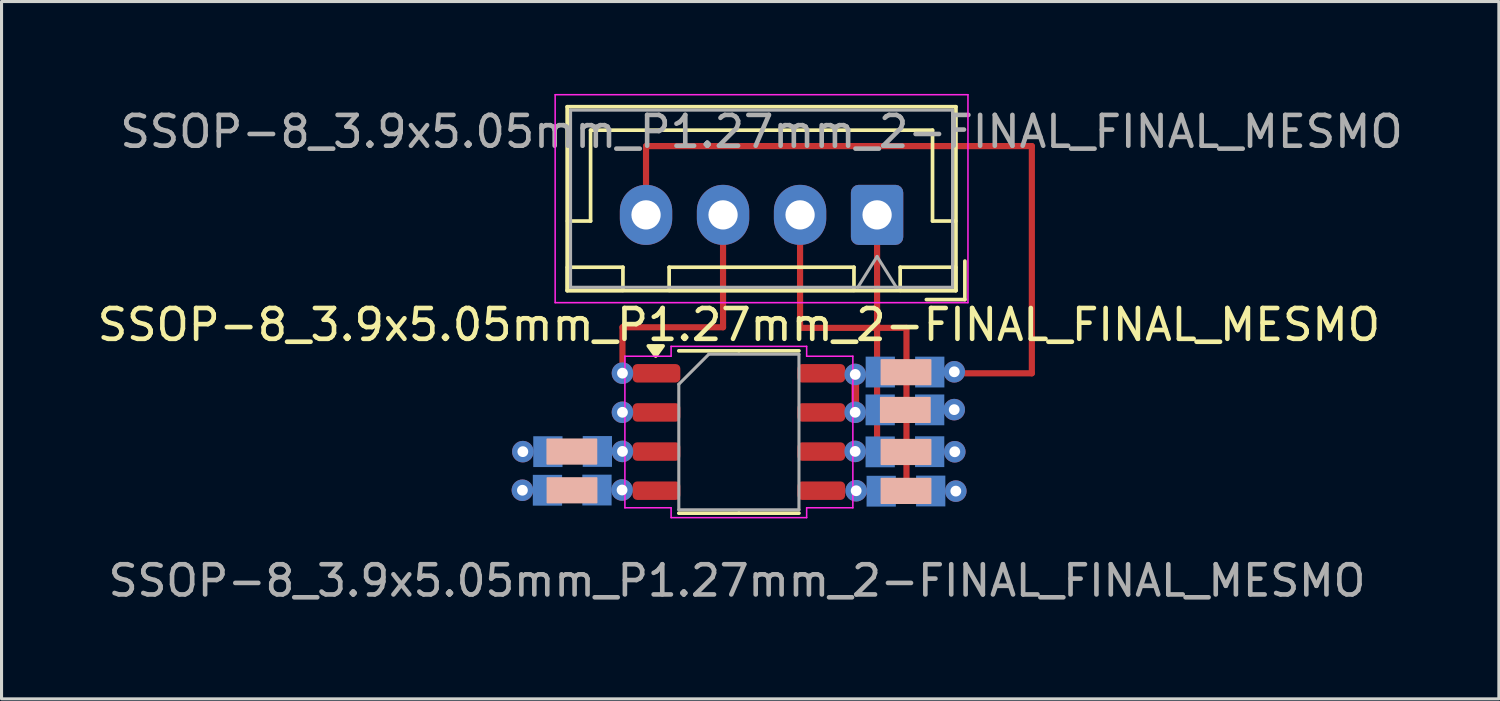
<source format=kicad_pcb>
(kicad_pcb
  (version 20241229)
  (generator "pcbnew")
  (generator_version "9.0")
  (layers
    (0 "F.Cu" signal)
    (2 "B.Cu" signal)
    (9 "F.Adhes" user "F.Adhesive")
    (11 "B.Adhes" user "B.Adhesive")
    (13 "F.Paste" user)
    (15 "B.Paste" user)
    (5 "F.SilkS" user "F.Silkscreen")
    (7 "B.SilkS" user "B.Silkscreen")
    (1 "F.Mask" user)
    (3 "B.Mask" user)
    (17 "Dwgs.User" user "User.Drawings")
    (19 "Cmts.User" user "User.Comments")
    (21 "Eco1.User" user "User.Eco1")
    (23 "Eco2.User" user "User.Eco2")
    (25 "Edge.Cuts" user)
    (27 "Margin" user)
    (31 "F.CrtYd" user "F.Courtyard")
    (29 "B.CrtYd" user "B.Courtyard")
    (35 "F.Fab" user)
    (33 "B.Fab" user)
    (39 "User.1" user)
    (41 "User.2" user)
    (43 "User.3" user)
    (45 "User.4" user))
  (footprint "SSOP-8_3.9x5.05mm_P1.27mm_2-FINAL_FINAL_MESMO"
    (layer "F.Cu")
    (at 20.935 10.973)
    (property "Reference" "SSOP-8_3.9x5.05mm_P1.27mm_2-FINAL_FINAL_MESMO" (at 0 -3.48 0) (layer "F.SilkS") (effects (font (size 1 1) (thickness 0.15))))
    (attr through_hole)
    (fp_line (start -3.779 -3.4) (end -3.779 -2.26) (stroke (width 0.2) (type default)) (layer "F.Cu"))
    (fp_line (start -3.014 -9.28) (end 9.51 -9.28) (stroke (width 0.2) (type default)) (layer "F.Cu"))
    (fp_line (start -3.014 -8.023) (end -3.014 -9.28) (stroke (width 0.2) (type default)) (layer "F.Cu"))
    (fp_line (start -0.514 -6.573) (end -0.514 -3.4) (stroke (width 0.2) (type default)) (layer "F.Cu"))
    (fp_line (start -0.514 -3.4) (end -3.779 -3.4) (stroke (width 0.2) (type default)) (layer "F.Cu"))
    (fp_line (start 1.986 -7.048) (end 1.986 -3.38) (stroke (width 0.2) (type default)) (layer "F.Cu"))
    (fp_line (start 1.986 -3.38) (end 5.44 -3.38) (stroke (width 0.2) (type default)) (layer "F.Cu"))
    (fp_line (start 3.777 -1.693) (end 3.777 -0.815) (stroke (width 0.25) (type solid)) (layer "F.Cu"))
    (fp_line (start 4.486 -7.048) (end 4.486 0.635) (stroke (width 0.2) (type default)) (layer "F.Cu"))
    (fp_line (start 4.486 0.635) (end 4.178 0.635) (stroke (width 0.2) (type default)) (layer "F.Cu"))
    (fp_line (start 5.44 -3.38) (end 5.44 1.93) (stroke (width 0.2) (type default)) (layer "F.Cu"))
    (fp_line (start 5.44 1.93) (end 4.124 1.93) (stroke (width 0.2) (type default)) (layer "F.Cu"))
    (fp_line (start 9.51 -9.28) (end 9.51 -1.905) (stroke (width 0.2) (type default)) (layer "F.Cu"))
    (fp_line (start 9.51 -1.905) (end 7.343 -1.905) (stroke (width 0.2) (type default)) (layer "F.Cu"))
    (fp_line (start -5.574 -10.558) (end -5.574 -4.588) (stroke (width 0.12) (type solid)) (layer "F.SilkS"))
    (fp_line (start -5.574 -4.588) (end 7.046 -4.588) (stroke (width 0.12) (type solid)) (layer "F.SilkS"))
    (fp_line (start -5.564 -6.848) (end -4.814 -6.848) (stroke (width 0.12) (type solid)) (layer "F.SilkS"))
    (fp_line (start -5.564 -5.348) (end -5.564 -4.598) (stroke (width 0.12) (type solid)) (layer "F.SilkS"))
    (fp_line (start -5.564 -4.598) (end -3.764 -4.598) (stroke (width 0.12) (type solid)) (layer "F.SilkS"))
    (fp_line (start -4.814 -9.798) (end 0.736 -9.798) (stroke (width 0.12) (type solid)) (layer "F.SilkS"))
    (fp_line (start -4.814 -6.848) (end -4.814 -9.798) (stroke (width 0.12) (type solid)) (layer "F.SilkS"))
    (fp_line (start -3.764 -5.348) (end -5.564 -5.348) (stroke (width 0.12) (type solid)) (layer "F.SilkS"))
    (fp_line (start -3.764 -4.598) (end -3.764 -5.348) (stroke (width 0.12) (type solid)) (layer "F.SilkS"))
    (fp_line (start -2.264 -5.348) (end -2.264 -4.598) (stroke (width 0.12) (type solid)) (layer "F.SilkS"))
    (fp_line (start -2.264 -4.598) (end 3.736 -4.598) (stroke (width 0.12) (type solid)) (layer "F.SilkS"))
    (fp_line (start 0 -2.635) (end -1.95 -2.635) (stroke (width 0.12) (type solid)) (layer "F.SilkS"))
    (fp_line (start 0 -2.635) (end 1.95 -2.635) (stroke (width 0.12) (type solid)) (layer "F.SilkS"))
    (fp_line (start 0 2.635) (end -1.95 2.635) (stroke (width 0.12) (type solid)) (layer "F.SilkS"))
    (fp_line (start 0 2.635) (end 1.95 2.635) (stroke (width 0.12) (type solid)) (layer "F.SilkS"))
    (fp_line (start 3.736 -5.348) (end -2.264 -5.348) (stroke (width 0.12) (type solid)) (layer "F.SilkS"))
    (fp_line (start 3.736 -4.598) (end 3.736 -5.348) (stroke (width 0.12) (type solid)) (layer "F.SilkS"))
    (fp_line (start 5.236 -5.348) (end 5.236 -4.598) (stroke (width 0.12) (type solid)) (layer "F.SilkS"))
    (fp_line (start 5.236 -4.598) (end 7.036 -4.598) (stroke (width 0.12) (type solid)) (layer "F.SilkS"))
    (fp_line (start 6.086 -4.298) (end 7.336 -4.298) (stroke (width 0.12) (type solid)) (layer "F.SilkS"))
    (fp_line (start 6.286 -9.798) (end 0.736 -9.798) (stroke (width 0.12) (type solid)) (layer "F.SilkS"))
    (fp_line (start 6.286 -6.848) (end 6.286 -9.798) (stroke (width 0.12) (type solid)) (layer "F.SilkS"))
    (fp_line (start 7.036 -6.848) (end 6.286 -6.848) (stroke (width 0.12) (type solid)) (layer "F.SilkS"))
    (fp_line (start 7.036 -5.348) (end 5.236 -5.348) (stroke (width 0.12) (type solid)) (layer "F.SilkS"))
    (fp_line (start 7.036 -4.598) (end 7.036 -5.348) (stroke (width 0.12) (type solid)) (layer "F.SilkS"))
    (fp_line (start 7.046 -10.558) (end -5.574 -10.558) (stroke (width 0.12) (type solid)) (layer "F.SilkS"))
    (fp_line (start 7.046 -4.588) (end 7.046 -10.558) (stroke (width 0.12) (type solid)) (layer "F.SilkS"))
    (fp_line (start 7.336 -4.298) (end 7.336 -5.548) (stroke (width 0.12) (type solid)) (layer "F.SilkS"))
    (fp_poly (pts (xy -2.7 -2.465) (xy -2.94 -2.795) (xy -2.46 -2.795)) (stroke (width 0.12) (type solid)) (fill yes) (layer "F.SilkS"))
    (fp_rect (start -6.222 0.236) (end -4.622 1.036) (stroke (width 0.05) (type solid)) (fill yes) (layer "B.SilkS"))
    (fp_rect (start -6.217 1.492) (end -4.617 2.292) (stroke (width 0.05) (type solid)) (fill yes) (layer "B.SilkS"))
    (fp_rect (start 4.603 -1.116) (end 6.203 -0.316) (stroke (width 0.05) (type solid)) (fill yes) (layer "B.SilkS"))
    (fp_rect (start 4.625 -2.341) (end 6.225 -1.541) (stroke (width 0.05) (type solid)) (fill yes) (layer "B.SilkS"))
    (fp_rect (start 4.625 0.248) (end 6.225 1.048) (stroke (width 0.05) (type solid)) (fill yes) (layer "B.SilkS"))
    (fp_rect (start 4.625 1.512) (end 6.225 2.312) (stroke (width 0.05) (type solid)) (fill yes) (layer "B.SilkS"))
    (fp_line (start -5.964 -10.948) (end -5.964 -4.198) (stroke (width 0.05) (type solid)) (layer "F.CrtYd"))
    (fp_line (start -5.964 -4.198) (end 7.436 -4.198) (stroke (width 0.05) (type solid)) (layer "F.CrtYd"))
    (fp_line (start -3.7 -2.46) (end -2.2 -2.46) (stroke (width 0.05) (type solid)) (layer "F.CrtYd"))
    (fp_line (start -3.7 2.46) (end -3.7 -2.46) (stroke (width 0.05) (type solid)) (layer "F.CrtYd"))
    (fp_line (start -2.2 -2.78) (end 2.2 -2.78) (stroke (width 0.05) (type solid)) (layer "F.CrtYd"))
    (fp_line (start -2.2 -2.46) (end -2.2 -2.78) (stroke (width 0.05) (type solid)) (layer "F.CrtYd"))
    (fp_line (start -2.2 2.46) (end -3.7 2.46) (stroke (width 0.05) (type solid)) (layer "F.CrtYd"))
    (fp_line (start -2.2 2.78) (end -2.2 2.46) (stroke (width 0.05) (type solid)) (layer "F.CrtYd"))
    (fp_line (start 2.2 -2.78) (end 2.2 -2.46) (stroke (width 0.05) (type solid)) (layer "F.CrtYd"))
    (fp_line (start 2.2 -2.46) (end 3.7 -2.46) (stroke (width 0.05) (type solid)) (layer "F.CrtYd"))
    (fp_line (start 2.2 2.46) (end 2.2 2.78) (stroke (width 0.05) (type solid)) (layer "F.CrtYd"))
    (fp_line (start 2.2 2.78) (end -2.2 2.78) (stroke (width 0.05) (type solid)) (layer "F.CrtYd"))
    (fp_line (start 3.7 -2.46) (end 3.7 2.46) (stroke (width 0.05) (type solid)) (layer "F.CrtYd"))
    (fp_line (start 3.7 2.46) (end 2.2 2.46) (stroke (width 0.05) (type solid)) (layer "F.CrtYd"))
    (fp_line (start 7.436 -10.948) (end -5.964 -10.948) (stroke (width 0.05) (type solid)) (layer "F.CrtYd"))
    (fp_line (start 7.436 -4.198) (end 7.436 -10.948) (stroke (width 0.05) (type solid)) (layer "F.CrtYd"))
    (fp_line (start -5.464 -10.448) (end -5.464 -4.698) (stroke (width 0.1) (type solid)) (layer "F.Fab"))
    (fp_line (start -5.464 -4.698) (end 6.936 -4.698) (stroke (width 0.1) (type solid)) (layer "F.Fab"))
    (fp_line (start -1.95 -1.55) (end -0.975 -2.525) (stroke (width 0.1) (type solid)) (layer "F.Fab"))
    (fp_line (start -1.95 2.525) (end -1.95 -1.55) (stroke (width 0.1) (type solid)) (layer "F.Fab"))
    (fp_line (start -0.975 -2.525) (end 1.95 -2.525) (stroke (width 0.1) (type solid)) (layer "F.Fab"))
    (fp_line (start 1.95 -2.525) (end 1.95 2.525) (stroke (width 0.1) (type solid)) (layer "F.Fab"))
    (fp_line (start 1.95 2.525) (end -1.95 2.525) (stroke (width 0.1) (type solid)) (layer "F.Fab"))
    (fp_line (start 4.486 -5.698) (end 3.861 -4.698) (stroke (width 0.1) (type solid)) (layer "F.Fab"))
    (fp_line (start 5.111 -4.698) (end 4.486 -5.698) (stroke (width 0.1) (type solid)) (layer "F.Fab"))
    (fp_line (start 6.936 -10.448) (end -5.464 -10.448) (stroke (width 0.1) (type solid)) (layer "F.Fab"))
    (fp_line (start 6.936 -4.698) (end 6.936 -10.448) (stroke (width 0.1) (type solid)) (layer "F.Fab"))
    (fp_text user "${REFERENCE}" (at 0.736 -9.748 180) (layer "F.Fab") (effects (font (size 1 1) (thickness 0.15))))
    (fp_text user "${REFERENCE}" (at -0.06 4.827 0) (layer "F.Fab") (effects (font (size 0.98 0.98) (thickness 0.15))))
    (pad "1" thru_hole circle (at -3.779 -1.91) (size 0.7 0.7) (drill 0.35) (layers "*.Cu" "*.Mask"))
    (pad "1" smd roundrect (at -2.675 -1.905) (size 1.55 0.6) (layers "F.Cu" "F.Mask" "F.Paste") (roundrect_rratio 0.25))
    (pad "1" thru_hole roundrect (at 4.486 -7.048 180) (size 1.7 1.95) (drill 0.95) (layers "*.Cu" "*.Mask") (roundrect_rratio 0.147))
    (pad "2" thru_hole circle (at -3.779 -0.64) (size 0.7 0.7) (drill 0.35) (layers "*.Cu" "*.Mask"))
    (pad "2" smd roundrect (at -2.675 -0.635) (size 1.55 0.6) (layers "F.Cu" "F.Mask" "F.Paste") (roundrect_rratio 0.25))
    (pad "2" thru_hole oval (at 1.986 -7.048 180) (size 1.7 1.95) (drill 0.95) (layers "*.Cu" "*.Mask"))
    (pad "3" smd rect (at -4.594 0.632) (size 0.95 1) (layers "B.Cu" "B.Mask"))
    (pad "3" thru_hole circle (at -3.779 0.63) (size 0.7 0.7) (drill 0.35) (layers "*.Cu" "*.Mask"))
    (pad "3" smd roundrect (at -2.675 0.635) (size 1.55 0.6) (layers "F.Cu" "F.Mask" "F.Paste") (roundrect_rratio 0.25))
    (pad "3" thru_hole oval (at -0.514 -7.048 180) (size 1.7 1.95) (drill 0.95) (layers "*.Cu" "*.Mask"))
    (pad "4" thru_hole circle (at -3.792 1.883) (size 0.7 0.7) (drill 0.35) (layers "*.Cu" "*.Mask"))
    (pad "4" thru_hole oval (at -3.014 -7.048 180) (size 1.7 1.95) (drill 0.95) (layers "*.Cu" "*.Mask"))
    (pad "4" smd roundrect (at -2.675 1.905) (size 1.55 0.6) (layers "F.Cu" "F.Mask" "F.Paste") (roundrect_rratio 0.25))
    (pad "5" smd roundrect (at 2.675 1.905) (size 1.55 0.6) (layers "F.Cu" "F.Mask" "F.Paste") (roundrect_rratio 0.25))
    (pad "6" smd roundrect (at 2.675 0.635) (size 1.55 0.6) (layers "F.Cu" "F.Mask" "F.Paste") (roundrect_rratio 0.25))
    (pad "6" thru_hole circle (at 3.774 0.63) (size 0.7 0.7) (drill 0.35) (layers "*.Cu" "*.Mask"))
    (pad "6" thru_hole circle (at 3.807 1.907) (size 0.7 0.7) (drill 0.35) (layers "*.Cu" "*.Mask"))
    (pad "6" smd rect (at 4.587 0.645) (size 0.95 1) (layers "B.Cu" "B.Mask"))
    (pad "6" smd rect (at 4.62 1.922) (size 0.95 1) (layers "B.Cu" "B.Mask"))
    (pad "7" smd roundrect (at 2.675 -0.635) (size 1.55 0.6) (layers "F.Cu" "F.Mask" "F.Paste") (roundrect_rratio 0.25))
    (pad "7" thru_hole circle (at 3.774 -0.64) (size 0.7 0.7) (drill 0.35) (layers "*.Cu" "*.Mask"))
    (pad "7" smd rect (at 4.587 -0.718) (size 0.95 1) (layers "B.Cu" "B.Mask"))
    (pad "8" smd roundrect (at 2.675 -1.905) (size 1.55 0.6) (layers "F.Cu" "F.Mask" "F.Paste") (roundrect_rratio 0.25))
    (pad "8" thru_hole circle (at 3.777 -1.868) (size 0.7 0.7) (drill 0.35) (layers "*.Cu" "*.Mask"))
    (pad "8" smd rect (at 4.59 -1.946) (size 0.95 1) (layers "B.Cu" "B.Mask"))
    (pad "9" thru_hole circle (at -7.027 1.891) (size 0.7 0.7) (drill 0.35) (layers "*.Cu" "*.Mask"))
    (pad "9" thru_hole circle (at -7.013 0.638) (size 0.7 0.7) (drill 0.35) (layers "*.Cu" "*.Mask"))
    (pad "9" smd rect (at -6.2 0.638) (size 0.95 1) (layers "B.Cu" "B.Mask"))
    (pad "10" smd rect (at -6.214 1.891) (size 0.95 1) (layers "B.Cu" "B.Mask"))
    (pad "10" smd rect (at -4.607 1.885) (size 0.95 1) (layers "B.Cu" "B.Mask"))
    (pad "12" smd rect (at 6.193 0.639) (size 0.95 1) (layers "B.Cu" "B.Mask"))
    (pad "12" smd rect (at 6.227 1.916) (size 0.95 1) (layers "B.Cu" "B.Mask"))
    (pad "12" thru_hole circle (at 7.008 0.642) (size 0.7 0.7) (drill 0.35) (layers "*.Cu" "*.Mask"))
    (pad "12" thru_hole circle (at 7.042 1.919) (size 0.7 0.7) (drill 0.35) (layers "*.Cu" "*.Mask"))
    (pad "13" smd rect (at 6.193 -0.718) (size 0.95 1) (layers "B.Cu" "B.Mask"))
    (pad "13" thru_hole circle (at 6.99 -0.726) (size 0.7 0.7) (drill 0.35) (layers "*.Cu" "*.Mask"))
    (pad "14" smd rect (at 6.196 -1.946) (size 0.95 1) (layers "B.Cu" "B.Mask"))
    (pad "14" thru_hole circle (at 6.993 -1.954) (size 0.7 0.7) (drill 0.35) (layers "*.Cu" "*.Mask")))
  (gr_rect
    (start -3 -3)
    (end 45.605 19.636)
    (stroke (width 0.1) (type default))
    (fill no)
    (layer "Edge.Cuts")))
</source>
